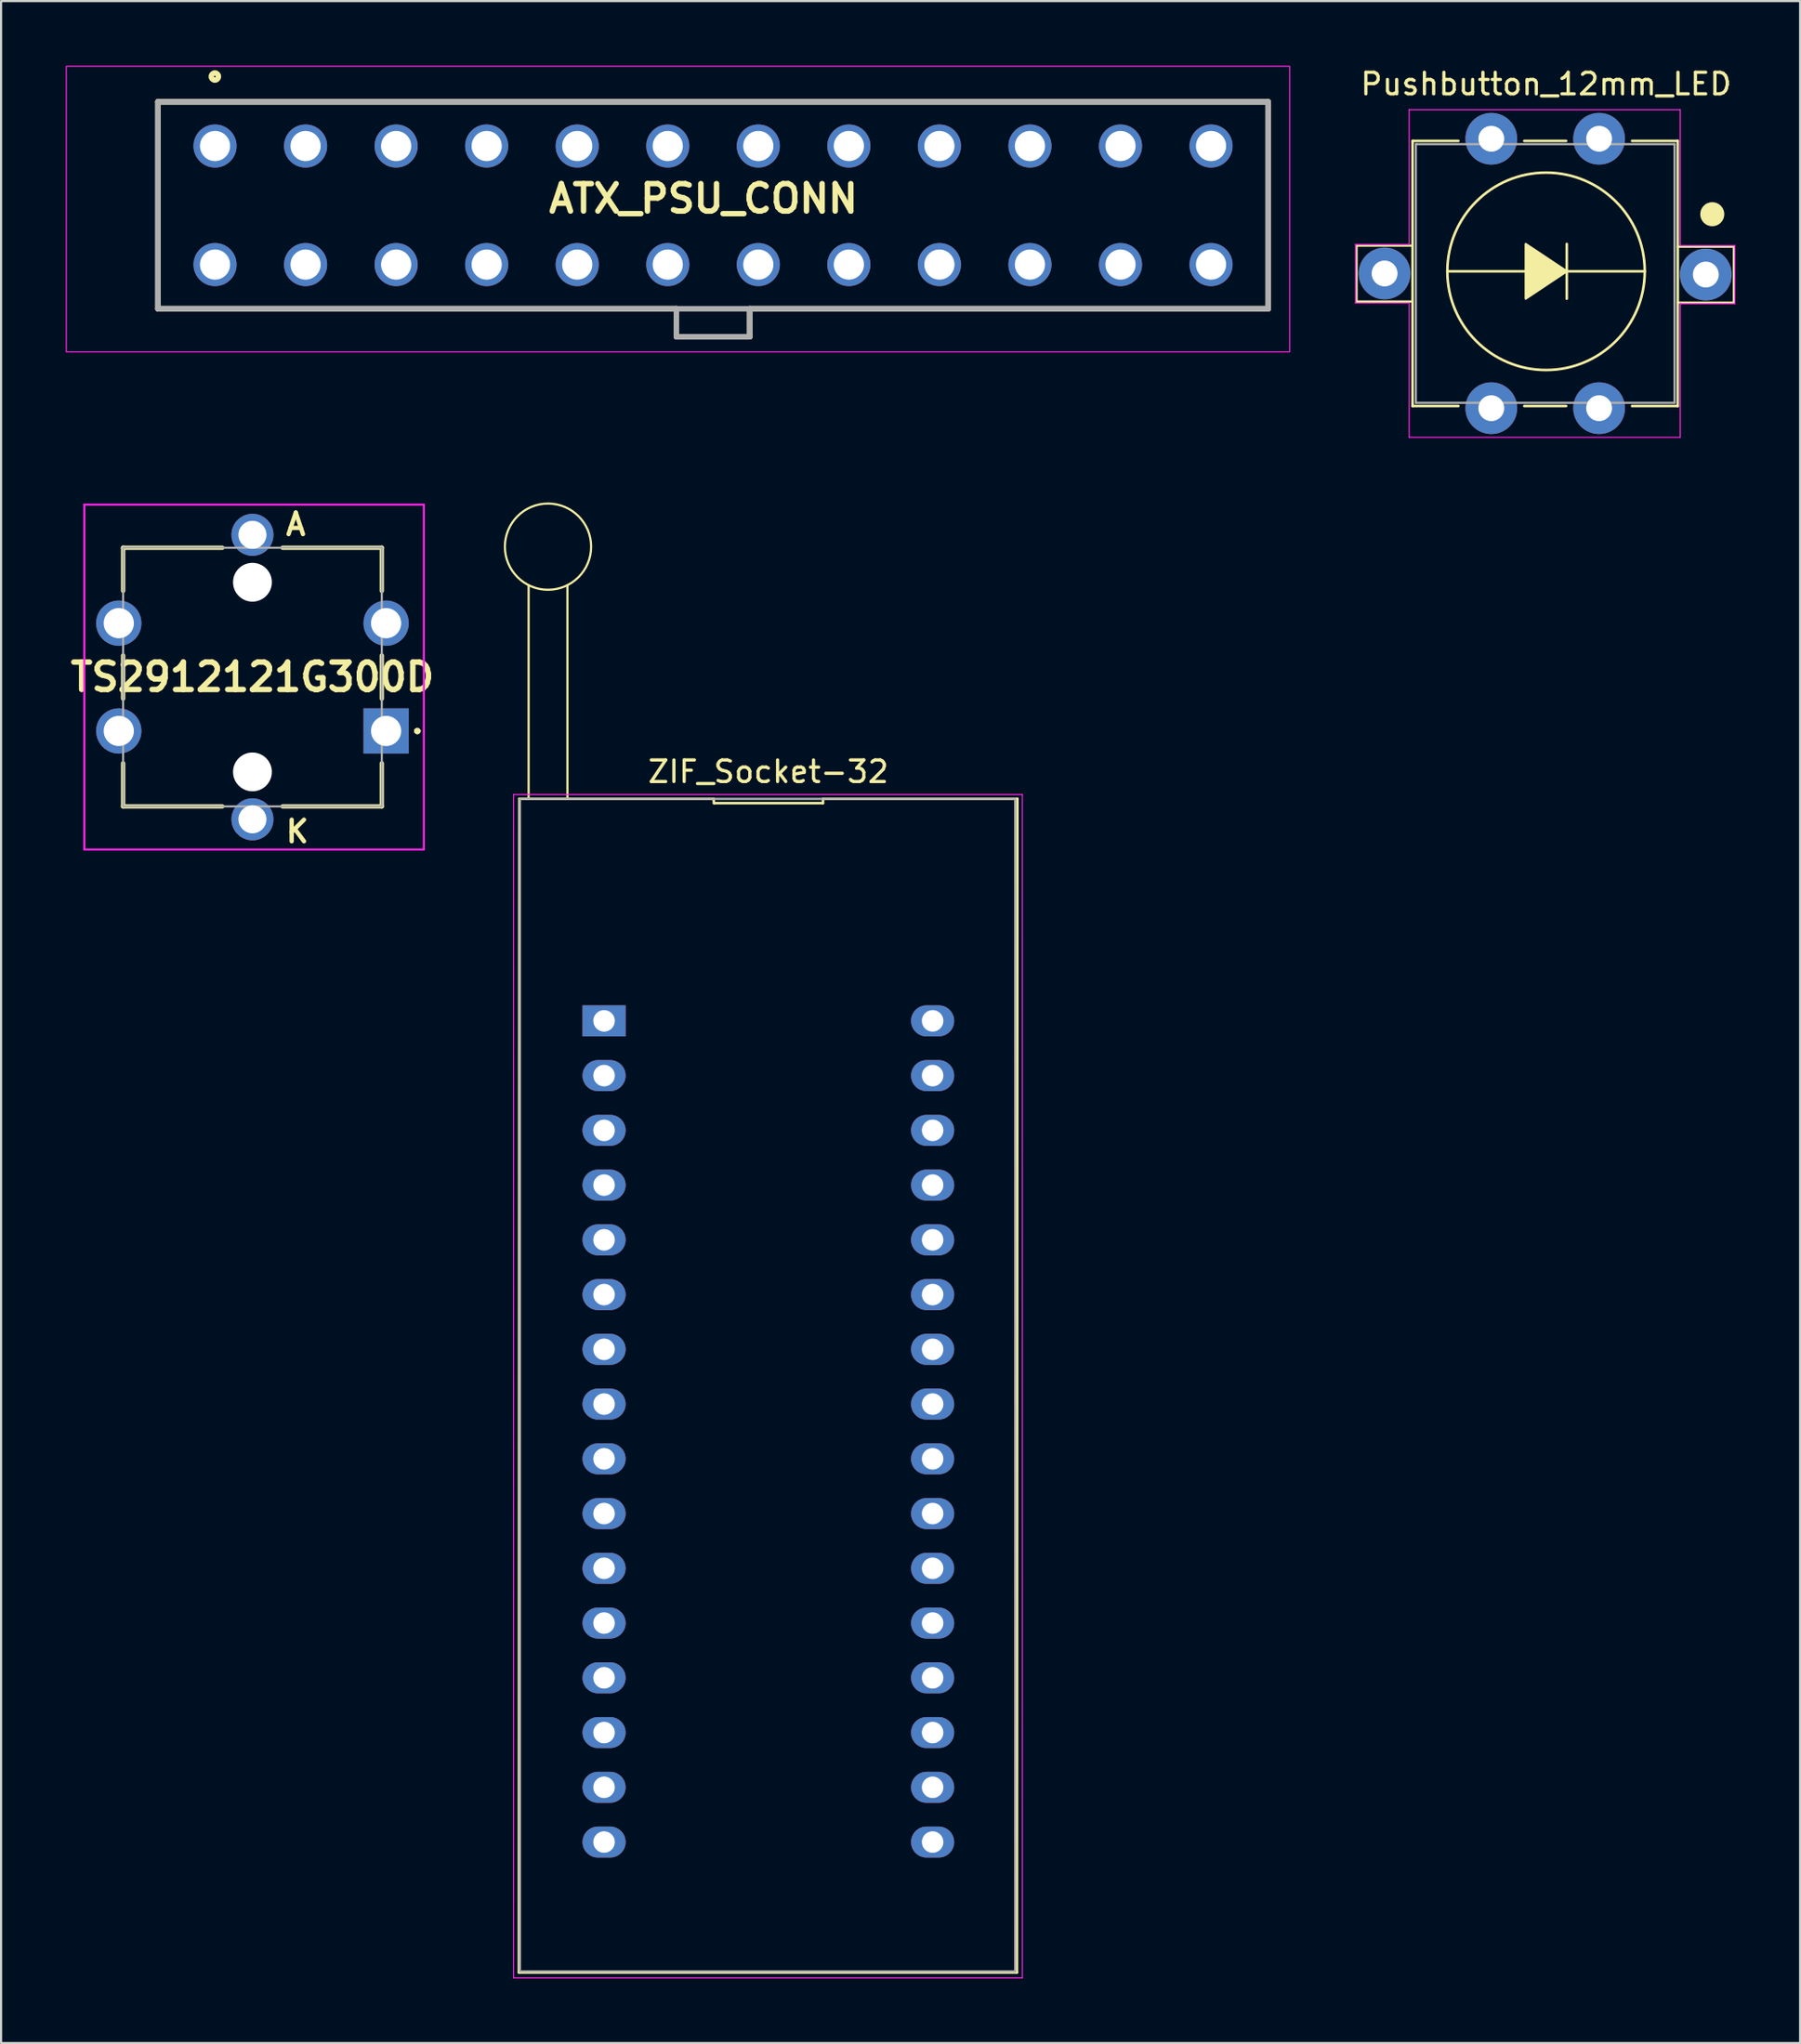
<source format=kicad_pcb>
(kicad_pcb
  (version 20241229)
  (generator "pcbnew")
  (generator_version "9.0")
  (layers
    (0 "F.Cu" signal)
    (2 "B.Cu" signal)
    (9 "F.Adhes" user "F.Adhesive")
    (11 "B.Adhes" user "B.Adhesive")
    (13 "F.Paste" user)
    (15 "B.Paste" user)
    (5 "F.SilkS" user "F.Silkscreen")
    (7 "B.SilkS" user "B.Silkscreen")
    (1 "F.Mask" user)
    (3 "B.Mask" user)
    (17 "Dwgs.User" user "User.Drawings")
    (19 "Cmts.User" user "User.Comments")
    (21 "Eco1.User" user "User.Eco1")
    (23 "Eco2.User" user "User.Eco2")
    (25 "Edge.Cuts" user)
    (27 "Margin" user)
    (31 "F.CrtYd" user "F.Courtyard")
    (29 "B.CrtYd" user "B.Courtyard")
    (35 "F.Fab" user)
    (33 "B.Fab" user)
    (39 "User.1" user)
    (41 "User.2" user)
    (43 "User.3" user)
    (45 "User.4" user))
  (footprint "Pushbutton_12mm_LED"
    (layer "F.Cu")
    (at 66.125 3.388)
    (property "Reference" "Pushbutton_12mm_LED" (at 2.54 -2.54 180) (layer "F.SilkS") (effects (font (size 1 1) (thickness 0.15))))
    (attr through_hole)
    (fp_line (start -6.25 4.96) (end -3.65 4.96) (stroke (width 0.1) (type default)) (layer "F.SilkS"))
    (fp_line (start -6.25 7.55) (end -6.25 4.96) (stroke (width 0.1) (type default)) (layer "F.SilkS"))
    (fp_line (start -3.65 0.1) (end -1.53 0.1) (stroke (width 0.12) (type solid)) (layer "F.SilkS"))
    (fp_line (start -3.65 7.55) (end -6.25 7.55) (stroke (width 0.1) (type default)) (layer "F.SilkS"))
    (fp_line (start -3.65 12.4) (end -3.65 0.1) (stroke (width 0.12) (type solid)) (layer "F.SilkS"))
    (fp_line (start -1.53 12.4) (end -3.65 12.4) (stroke (width 0.12) (type solid)) (layer "F.SilkS"))
    (fp_line (start 1.53 0.1) (end 3.47 0.1) (stroke (width 0.12) (type solid)) (layer "F.SilkS"))
    (fp_line (start 1.6 6.15) (end -2.039 6.15) (stroke (width 0.12) (type default)) (layer "F.SilkS"))
    (fp_line (start 3.47 12.4) (end 1.53 12.4) (stroke (width 0.12) (type solid)) (layer "F.SilkS"))
    (fp_line (start 3.5 6.15) (end 7.119 6.15) (stroke (width 0.12) (type default)) (layer "F.SilkS"))
    (fp_line (start 3.5 7.42) (end 3.5 4.88) (stroke (width 0.12) (type default)) (layer "F.SilkS"))
    (fp_line (start 6.53 0.1) (end 8.65 0.1) (stroke (width 0.12) (type solid)) (layer "F.SilkS"))
    (fp_line (start 8.65 0.1) (end 8.65 12.4) (stroke (width 0.12) (type solid)) (layer "F.SilkS"))
    (fp_line (start 8.65 7.6) (end 11.25 7.6) (stroke (width 0.1) (type default)) (layer "F.SilkS"))
    (fp_line (start 8.65 12.4) (end 6.53 12.4) (stroke (width 0.12) (type solid)) (layer "F.SilkS"))
    (fp_line (start 11.25 5.01) (end 8.65 5.01) (stroke (width 0.1) (type default)) (layer "F.SilkS"))
    (fp_line (start 11.25 7.6) (end 11.25 5.01) (stroke (width 0.1) (type default)) (layer "F.SilkS"))
    (fp_circle (center 2.54 6.15) (end 2.54 1.571) (stroke (width 0.12) (type solid)) (fill no) (layer "F.SilkS"))
    (fp_circle (center 10.25 3.5) (end 10.25 2.992) (stroke (width 0.1) (type solid)) (fill yes) (layer "F.SilkS"))
    (fp_poly (pts (xy 3.5 6.15) (xy 1.595 7.42) (xy 1.595 4.88)) (stroke (width 0.1) (type solid)) (fill yes) (layer "F.SilkS"))
    (fp_line (start -6.3 4.9) (end -3.81 4.9) (stroke (width 0.05) (type default)) (layer "F.CrtYd"))
    (fp_line (start -6.3 7.62) (end -6.3 4.9) (stroke (width 0.05) (type default)) (layer "F.CrtYd"))
    (fp_line (start -3.81 4.9) (end -3.81 -1.35) (stroke (width 0.05) (type default)) (layer "F.CrtYd"))
    (fp_line (start -3.81 7.62) (end -6.3 7.62) (stroke (width 0.05) (type default)) (layer "F.CrtYd"))
    (fp_line (start -3.81 7.62) (end -3.81 13.85) (stroke (width 0.05) (type default)) (layer "F.CrtYd"))
    (fp_line (start -3.81 13.85) (end 8.763 13.85) (stroke (width 0.05) (type solid)) (layer "F.CrtYd"))
    (fp_line (start 8.763 -1.35) (end -3.81 -1.35) (stroke (width 0.05) (type solid)) (layer "F.CrtYd"))
    (fp_line (start 8.763 4.95) (end 8.763 -1.35) (stroke (width 0.05) (type default)) (layer "F.CrtYd"))
    (fp_line (start 8.763 4.95) (end 11.3 4.95) (stroke (width 0.05) (type default)) (layer "F.CrtYd"))
    (fp_line (start 8.763 7.62) (end 8.763 13.85) (stroke (width 0.05) (type default)) (layer "F.CrtYd"))
    (fp_line (start 11.3 4.95) (end 11.3 7.65) (stroke (width 0.05) (type default)) (layer "F.CrtYd"))
    (fp_line (start 11.3 7.65) (end 8.763 7.65) (stroke (width 0.05) (type default)) (layer "F.CrtYd"))
    (fp_line (start -3.5 0.25) (end -3.5 12.25) (stroke (width 0.1) (type solid)) (layer "F.Fab"))
    (fp_line (start -3.5 12.25) (end 8.5 12.25) (stroke (width 0.1) (type solid)) (layer "F.Fab"))
    (fp_line (start 8.5 0.25) (end -3.5 0.25) (stroke (width 0.1) (type solid)) (layer "F.Fab"))
    (fp_line (start 8.5 12.25) (end 8.5 0.25) (stroke (width 0.1) (type solid)) (layer "F.Fab"))
    (pad "1" thru_hole circle (at 0 0 90) (size 2.4 2.4) (drill 1.2) (layers "*.Cu" "*.Mask"))
    (pad "1" thru_hole circle (at 0 12.5 90) (size 2.4 2.4) (drill 1.2) (layers "*.Cu" "*.Mask"))
    (pad "2" thru_hole circle (at 5 0 90) (size 2.4 2.4) (drill 1.2) (layers "*.Cu" "*.Mask"))
    (pad "2" thru_hole circle (at 5 12.5 90) (size 2.4 2.4) (drill 1.2) (layers "*.Cu" "*.Mask"))
    (pad "3" thru_hole circle (at 9.95 6.3 90) (size 2.4 2.4) (drill 1.2) (layers "*.Cu" "*.Mask"))
    (pad "4" thru_hole circle (at -4.95 6.25 90) (size 2.4 2.4) (drill 1.2) (layers "*.Cu" "*.Mask")))
  (footprint "ZIF_Socket-32"
    (layer "F.Cu")
    (at 24.97 44.313)
    (property "Reference" "ZIF_Socket-32" (at 7.62 -11.56 0) (layer "F.SilkS") (effects (font (size 1 1) (thickness 0.15))))
    (attr through_hole)
    (fp_line (start -3.95 44.15) (end 19.15 44.15) (stroke (width 0.12) (type solid)) (layer "F.SilkS"))
    (fp_line (start -3.93 -10.3) (end -3.95 44.15) (stroke (width 0.12) (type solid)) (layer "F.SilkS"))
    (fp_line (start -3.93 -10.3) (end 5.08 -10.3) (stroke (width 0.12) (type default)) (layer "F.SilkS"))
    (fp_line (start -3.5 -10.3) (end -3.5 -20.2) (stroke (width 0.1) (type default)) (layer "F.SilkS"))
    (fp_line (start -1.7 -10.3) (end -1.7 -20.2) (stroke (width 0.1) (type default)) (layer "F.SilkS"))
    (fp_line (start 5.08 -10.3) (end 5.1 -10.1) (stroke (width 0.12) (type default)) (layer "F.SilkS"))
    (fp_line (start 5.1 -10.1) (end 10.15 -10.1) (stroke (width 0.12) (type default)) (layer "F.SilkS"))
    (fp_line (start 10.15 -10.1) (end 10.16 -10.3) (stroke (width 0.12) (type default)) (layer "F.SilkS"))
    (fp_line (start 10.16 -10.3) (end 19.17 -10.3) (stroke (width 0.12) (type default)) (layer "F.SilkS"))
    (fp_line (start 19.15 44.15) (end 19.17 -10.3) (stroke (width 0.12) (type solid)) (layer "F.SilkS"))
    (fp_circle (center -2.6 -22) (end -0.6 -22) (stroke (width 0.1) (type default)) (fill no) (layer "F.SilkS"))
    (fp_line (start -4.2 -10.5) (end 19.4 -10.5) (stroke (width 0.05) (type solid)) (layer "F.CrtYd"))
    (fp_line (start -4.2 44.4) (end -4.2 -10.5) (stroke (width 0.05) (type solid)) (layer "F.CrtYd"))
    (fp_line (start 19.4 -10.5) (end 19.4 44.4) (stroke (width 0.05) (type solid)) (layer "F.CrtYd"))
    (fp_line (start 19.4 44.4) (end -4.2 44.4) (stroke (width 0.05) (type solid)) (layer "F.CrtYd"))
    (fp_line (start -3.9 -10.3) (end 19.07 -10.3) (stroke (width 0.1) (type solid)) (layer "F.Fab"))
    (fp_line (start -3.9 44) (end -3.9 -10.3) (stroke (width 0.1) (type solid)) (layer "F.Fab"))
    (fp_line (start 19.07 -10.3) (end 19.07 44.1) (stroke (width 0.1) (type solid)) (layer "F.Fab"))
    (fp_line (start 19.07 44.1) (end -3.9 44.1) (stroke (width 0.1) (type solid)) (layer "F.Fab"))
    (pad "1" thru_hole rect (at 0 0) (size 2 1.44) (drill 1) (layers "*.Cu" "*.Mask"))
    (pad "2" thru_hole oval (at 0 2.54) (size 2 1.44) (drill 1) (layers "*.Cu" "*.Mask"))
    (pad "3" thru_hole oval (at 0 5.08) (size 2 1.44) (drill 1) (layers "*.Cu" "*.Mask"))
    (pad "4" thru_hole oval (at 0 7.62) (size 2 1.44) (drill 1) (layers "*.Cu" "*.Mask"))
    (pad "5" thru_hole oval (at 0 10.16) (size 2 1.44) (drill 1) (layers "*.Cu" "*.Mask"))
    (pad "6" thru_hole oval (at 0 12.7) (size 2 1.44) (drill 1) (layers "*.Cu" "*.Mask"))
    (pad "7" thru_hole oval (at 0 15.24) (size 2 1.44) (drill 1) (layers "*.Cu" "*.Mask"))
    (pad "8" thru_hole oval (at 0 17.78) (size 2 1.44) (drill 1) (layers "*.Cu" "*.Mask"))
    (pad "9" thru_hole oval (at 0 20.32) (size 2 1.44) (drill 1) (layers "*.Cu" "*.Mask"))
    (pad "10" thru_hole oval (at 0 22.86) (size 2 1.44) (drill 1) (layers "*.Cu" "*.Mask"))
    (pad "11" thru_hole oval (at 0 25.4) (size 2 1.44) (drill 1) (layers "*.Cu" "*.Mask"))
    (pad "12" thru_hole oval (at 0 27.94) (size 2 1.44) (drill 1) (layers "*.Cu" "*.Mask"))
    (pad "13" thru_hole oval (at 0 30.48) (size 2 1.44) (drill 1) (layers "*.Cu" "*.Mask"))
    (pad "14" thru_hole oval (at 0 33.02) (size 2 1.44) (drill 1) (layers "*.Cu" "*.Mask"))
    (pad "15" thru_hole oval (at 0 35.56) (size 2 1.44) (drill 1) (layers "*.Cu" "*.Mask"))
    (pad "16" thru_hole oval (at 0 38.1) (size 2 1.44) (drill 1) (layers "*.Cu" "*.Mask"))
    (pad "17" thru_hole oval (at 15.24 38.1) (size 2 1.44) (drill 1) (layers "*.Cu" "*.Mask"))
    (pad "18" thru_hole oval (at 15.24 35.56) (size 2 1.44) (drill 1) (layers "*.Cu" "*.Mask"))
    (pad "19" thru_hole oval (at 15.24 33.02) (size 2 1.44) (drill 1) (layers "*.Cu" "*.Mask"))
    (pad "20" thru_hole oval (at 15.24 30.48) (size 2 1.44) (drill 1) (layers "*.Cu" "*.Mask"))
    (pad "21" thru_hole oval (at 15.24 27.94) (size 2 1.44) (drill 1) (layers "*.Cu" "*.Mask"))
    (pad "22" thru_hole oval (at 15.24 25.4) (size 2 1.44) (drill 1) (layers "*.Cu" "*.Mask"))
    (pad "23" thru_hole oval (at 15.24 22.86) (size 2 1.44) (drill 1) (layers "*.Cu" "*.Mask"))
    (pad "24" thru_hole oval (at 15.24 20.32) (size 2 1.44) (drill 1) (layers "*.Cu" "*.Mask"))
    (pad "25" thru_hole oval (at 15.24 17.78) (size 2 1.44) (drill 1) (layers "*.Cu" "*.Mask"))
    (pad "26" thru_hole oval (at 15.24 15.24) (size 2 1.44) (drill 1) (layers "*.Cu" "*.Mask"))
    (pad "27" thru_hole oval (at 15.24 12.7) (size 2 1.44) (drill 1) (layers "*.Cu" "*.Mask"))
    (pad "28" thru_hole oval (at 15.24 10.16) (size 2 1.44) (drill 1) (layers "*.Cu" "*.Mask"))
    (pad "29" thru_hole oval (at 15.24 7.62) (size 2 1.44) (drill 1) (layers "*.Cu" "*.Mask"))
    (pad "30" thru_hole oval (at 15.24 5.08) (size 2 1.44) (drill 1) (layers "*.Cu" "*.Mask"))
    (pad "31" thru_hole oval (at 15.24 2.54) (size 2 1.44) (drill 1) (layers "*.Cu" "*.Mask"))
    (pad "32" thru_hole oval (at 15.24 0) (size 2 1.44) (drill 1) (layers "*.Cu" "*.Mask")))
  (footprint "ATX_PSU_CONN"
    (layer "F.Cu")
    (at 30.025 11.275)
    (property "Reference" "ATX_PSU_CONN" (at -0.444 -5.108 0) (layer "F.SilkS") (effects (font (size 1.27 1.27) (thickness 0.254))))
    (attr through_hole)
    (fp_line (start -25.75 -9.6) (end 25.75 -9.6) (stroke (width 0.254) (type solid)) (layer "F.SilkS"))
    (fp_line (start -25.75 0) (end -25.75 -9.6) (stroke (width 0.254) (type solid)) (layer "F.SilkS"))
    (fp_line (start -1.7 0) (end -25.75 0) (stroke (width 0.254) (type solid)) (layer "F.SilkS"))
    (fp_line (start -1.7 1.3) (end -1.7 0) (stroke (width 0.254) (type solid)) (layer "F.SilkS"))
    (fp_line (start 1.7 0) (end 1.7 1.3) (stroke (width 0.254) (type solid)) (layer "F.SilkS"))
    (fp_line (start 1.7 1.3) (end -1.7 1.3) (stroke (width 0.254) (type solid)) (layer "F.SilkS"))
    (fp_line (start 25.75 -9.6) (end 25.75 0) (stroke (width 0.254) (type solid)) (layer "F.SilkS"))
    (fp_line (start 25.75 0) (end 1.7 0) (stroke (width 0.254) (type solid)) (layer "F.SilkS"))
    (fp_circle (center -23.108 -10.774) (end -23.108 -10.61) (stroke (width 0.254) (type solid)) (fill no) (layer "F.SilkS"))
    (fp_rect (start -30 -11.25) (end 26.75 2) (stroke (width 0.05) (type default)) (fill no) (layer "F.CrtYd"))
    (fp_line (start -25.75 -9.6) (end 25.75 -9.6) (stroke (width 0.254) (type solid)) (layer "F.Fab"))
    (fp_line (start -25.75 0) (end -25.75 -9.6) (stroke (width 0.254) (type solid)) (layer "F.Fab"))
    (fp_line (start -1.7 0) (end -1.7 1.3) (stroke (width 0.254) (type solid)) (layer "F.Fab"))
    (fp_line (start -1.7 1.3) (end 1.7 1.3) (stroke (width 0.254) (type solid)) (layer "F.Fab"))
    (fp_line (start 1.7 1.3) (end 1.7 0) (stroke (width 0.254) (type solid)) (layer "F.Fab"))
    (fp_line (start 25.75 -9.6) (end 25.75 0) (stroke (width 0.254) (type solid)) (layer "F.Fab"))
    (fp_line (start 25.75 0) (end -25.75 0) (stroke (width 0.254) (type solid)) (layer "F.Fab"))
    (pad "" np_thru_hole circle (at -27.8 -2.51) (size 0.001 0.001) (drill 3) (layers "*.Cu" "*.Mask"))
    (pad "1" thru_hole circle (at -23.1 -7.55) (size 2 2) (drill 1.4) (layers "*.Cu" "*.Mask"))
    (pad "2" thru_hole circle (at -18.9 -7.55) (size 2 2) (drill 1.4) (layers "*.Cu" "*.Mask"))
    (pad "3" thru_hole circle (at -14.7 -7.55) (size 2 2) (drill 1.4) (layers "*.Cu" "*.Mask"))
    (pad "4" thru_hole circle (at -10.5 -7.55) (size 2 2) (drill 1.4) (layers "*.Cu" "*.Mask"))
    (pad "5" thru_hole circle (at -6.3 -7.55) (size 2 2) (drill 1.4) (layers "*.Cu" "*.Mask"))
    (pad "6" thru_hole circle (at -2.1 -7.55) (size 2 2) (drill 1.4) (layers "*.Cu" "*.Mask"))
    (pad "7" thru_hole circle (at 2.1 -7.55) (size 2 2) (drill 1.4) (layers "*.Cu" "*.Mask"))
    (pad "8" thru_hole circle (at 6.3 -7.55) (size 2 2) (drill 1.4) (layers "*.Cu" "*.Mask"))
    (pad "9" thru_hole circle (at 10.5 -7.55) (size 2 2) (drill 1.4) (layers "*.Cu" "*.Mask"))
    (pad "10" thru_hole circle (at 14.7 -7.55) (size 2 2) (drill 1.4) (layers "*.Cu" "*.Mask"))
    (pad "11" thru_hole circle (at 18.9 -7.55) (size 2 2) (drill 1.4) (layers "*.Cu" "*.Mask"))
    (pad "12" thru_hole circle (at 23.1 -7.55) (size 2 2) (drill 1.4) (layers "*.Cu" "*.Mask"))
    (pad "13" thru_hole circle (at -23.1 -2.05) (size 2 2) (drill 1.4) (layers "*.Cu" "*.Mask"))
    (pad "14" thru_hole circle (at -18.9 -2.05) (size 2 2) (drill 1.4) (layers "*.Cu" "*.Mask"))
    (pad "15" thru_hole circle (at -14.7 -2.05) (size 2 2) (drill 1.4) (layers "*.Cu" "*.Mask"))
    (pad "16" thru_hole circle (at -10.5 -2.05) (size 2 2) (drill 1.4) (layers "*.Cu" "*.Mask"))
    (pad "17" thru_hole circle (at -6.3 -2.05) (size 2 2) (drill 1.4) (layers "*.Cu" "*.Mask"))
    (pad "18" thru_hole circle (at -2.1 -2.05) (size 2 2) (drill 1.4) (layers "*.Cu" "*.Mask"))
    (pad "19" thru_hole circle (at 2.1 -2.05) (size 2 2) (drill 1.4) (layers "*.Cu" "*.Mask"))
    (pad "20" thru_hole circle (at 6.3 -2.05) (size 2 2) (drill 1.4) (layers "*.Cu" "*.Mask"))
    (pad "21" thru_hole circle (at 10.5 -2.05) (size 2 2) (drill 1.4) (layers "*.Cu" "*.Mask"))
    (pad "22" thru_hole circle (at 14.7 -2.05) (size 2 2) (drill 1.4) (layers "*.Cu" "*.Mask"))
    (pad "23" thru_hole circle (at 18.9 -2.05) (size 2 2) (drill 1.4) (layers "*.Cu" "*.Mask"))
    (pad "24" thru_hole circle (at 23.1 -2.05) (size 2 2) (drill 1.4) (layers "*.Cu" "*.Mask")))
  (footprint "TS2912121G300D"
    (layer "F.Cu")
    (at 14.86 30.863)
    (property "Reference" "TS2912121G300D" (at -6.2 -2.5 0) (layer "F.SilkS") (effects (font (size 1.27 1.27) (thickness 0.254))))
    (attr through_hole)
    (fp_line (start -12.2 -8.5) (end -7.6 -8.5) (stroke (width 0.2) (type solid)) (layer "F.SilkS"))
    (fp_line (start -12.2 -6.5) (end -12.2 -8.5) (stroke (width 0.2) (type solid)) (layer "F.SilkS"))
    (fp_line (start -12.2 -1.5) (end -12.2 -3.5) (stroke (width 0.2) (type solid)) (layer "F.SilkS"))
    (fp_line (start -12.2 3.5) (end -12.2 1.5) (stroke (width 0.2) (type solid)) (layer "F.SilkS"))
    (fp_line (start -7.6 3.5) (end -12.2 3.5) (stroke (width 0.2) (type solid)) (layer "F.SilkS"))
    (fp_line (start -4.8 -8.5) (end -0.2 -8.5) (stroke (width 0.2) (type solid)) (layer "F.SilkS"))
    (fp_line (start -0.2 -8.5) (end -0.2 -6.5) (stroke (width 0.2) (type solid)) (layer "F.SilkS"))
    (fp_line (start -0.2 -3.5) (end -0.2 -1.5) (stroke (width 0.2) (type solid)) (layer "F.SilkS"))
    (fp_line (start -0.2 1.5) (end -0.2 3.5) (stroke (width 0.2) (type solid)) (layer "F.SilkS"))
    (fp_line (start -0.2 3.5) (end -4.8 3.5) (stroke (width 0.2) (type solid)) (layer "F.SilkS"))
    (fp_line (start 1.4 0) (end 1.4 0) (stroke (width 0.2) (type solid)) (layer "F.SilkS"))
    (fp_line (start 1.4 0) (end 1.4 0) (stroke (width 0.2) (type solid)) (layer "F.SilkS"))
    (fp_line (start 1.5 0) (end 1.5 0) (stroke (width 0.2) (type solid)) (layer "F.SilkS"))
    (fp_arc (start 1.4 0) (mid 1.45 -0.05) (end 1.5 0) (stroke (width 0.2) (type solid)) (layer "F.SilkS"))
    (fp_arc (start 1.5 0) (mid 1.45 0.05) (end 1.4 0) (stroke (width 0.2) (type solid)) (layer "F.SilkS"))
    (fp_arc (start 1.5 0) (mid 1.45 0.05) (end 1.4 0) (stroke (width 0.2) (type solid)) (layer "F.SilkS"))
    (fp_line (start -14 -10.5) (end 1.75 -10.5) (stroke (width 0.1) (type solid)) (layer "F.CrtYd"))
    (fp_line (start -14 5.5) (end -14 -10.5) (stroke (width 0.1) (type solid)) (layer "F.CrtYd"))
    (fp_line (start 1.75 -10.5) (end 1.75 5.5) (stroke (width 0.1) (type solid)) (layer "F.CrtYd"))
    (fp_line (start 1.75 5.5) (end -14 5.5) (stroke (width 0.1) (type solid)) (layer "F.CrtYd"))
    (fp_line (start -12.2 -8.5) (end -12.2 3.5) (stroke (width 0.1) (type solid)) (layer "F.Fab"))
    (fp_line (start -12.2 3.5) (end -0.2 3.5) (stroke (width 0.1) (type solid)) (layer "F.Fab"))
    (fp_line (start -0.2 -8.5) (end -12.2 -8.5) (stroke (width 0.1) (type solid)) (layer "F.Fab"))
    (fp_line (start -0.2 3.5) (end -0.2 -8.5) (stroke (width 0.1) (type solid)) (layer "F.Fab"))
    (fp_text user "K" (at -4.75 5.25 0) (unlocked yes) (layer "F.SilkS") (effects (font (size 1 1) (thickness 0.2) (bold yes)) (justify left bottom)))
    (fp_text user "A" (at -4.75 -9 0) (unlocked yes) (layer "F.SilkS") (effects (font (size 1 1) (thickness 0.2) (bold yes)) (justify left bottom)))
    (pad "" np_thru_hole circle (at -6.2 -6.9) (size 1.8 1.8) (drill 1.8) (layers "*.Cu" "*.Mask"))
    (pad "" np_thru_hole circle (at -6.2 1.9) (size 1.8 1.8) (drill 1.8) (layers "*.Cu" "*.Mask"))
    (pad "1" thru_hole rect (at 0 0) (size 2.1 2.1) (drill 1.4) (layers "*.Cu" "*.Mask"))
    (pad "2" thru_hole circle (at -12.4 0) (size 2.1 2.1) (drill 1.4) (layers "*.Cu" "*.Mask"))
    (pad "3" thru_hole circle (at 0 -5) (size 2.1 2.1) (drill 1.4) (layers "*.Cu" "*.Mask"))
    (pad "4" thru_hole circle (at -12.4 -5) (size 2.1 2.1) (drill 1.4) (layers "*.Cu" "*.Mask"))
    (pad "5" thru_hole circle (at -6.2 4.1) (size 1.95 1.95) (drill 1.3) (layers "*.Cu" "*.Mask"))
    (pad "6" thru_hole circle (at -6.2 -9.1) (size 1.95 1.95) (drill 1.3) (layers "*.Cu" "*.Mask")))
  (gr_rect
    (start -3 -3)
    (end 80.45 91.738)
    (stroke (width 0.1) (type default))
    (fill no)
    (layer "Edge.Cuts")))
</source>
